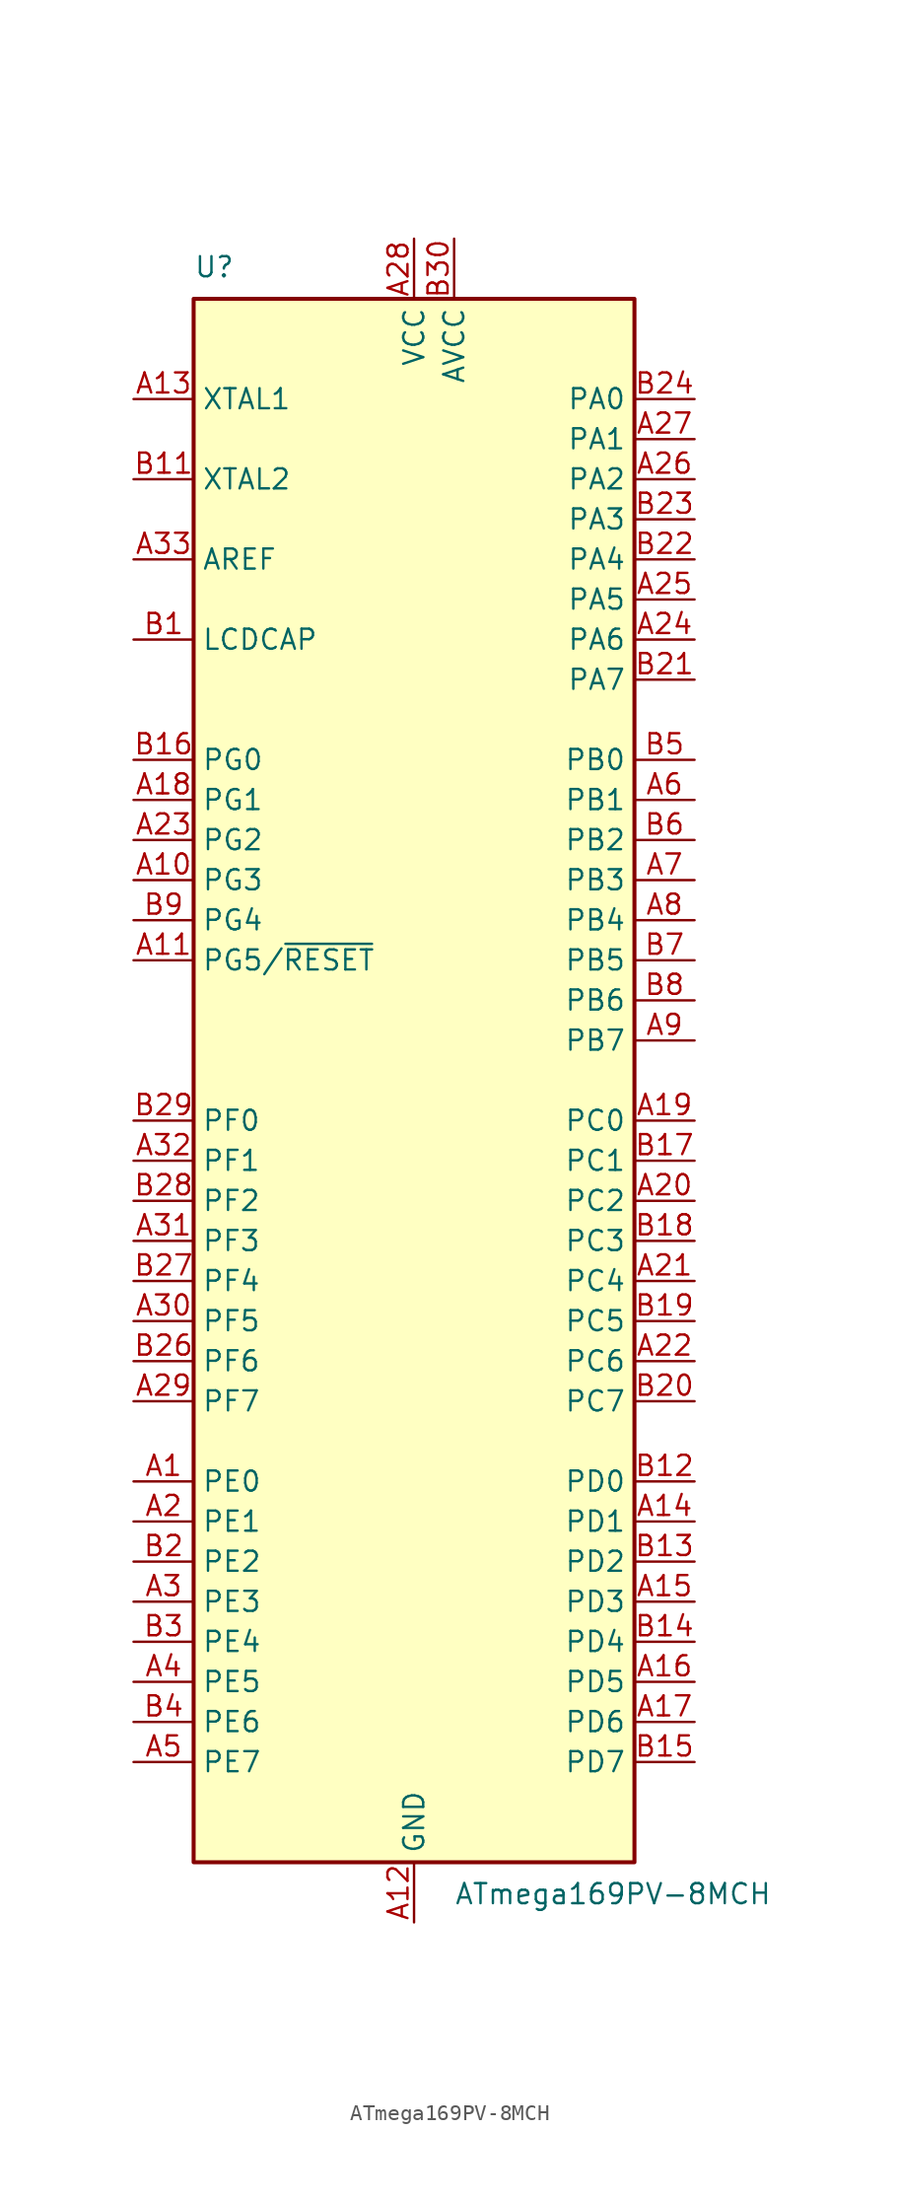
<source format=kicad_sym>
(kicad_symbol_lib
  (version 20201005)
  (generator kicad_symbol_editor)
  (symbol "ATmega169PV-8MCH"
    (property "Reference" "U"
      (at -13.97 50.8 0)
      (effects (font (size 1.27 1.27)) (justify left bottom)))
    (property "Value" "ATmega169PV-8MCH"
      (at 2.54 -50.8 0)
      (effects (font (size 1.27 1.27)) (justify left top)))
    (symbol "ATmega169PV-8MCH_0_1"
      (rectangle (start -13.97 -49.53) (end 13.97 49.53) (stroke (width 0.254)) (fill (type background))))
    (symbol "ATmega169PV-8MCH_1_1"
      (pin tri_state line (at -17.78 -25.4 0) (length 3.81) (name "PE0" (effects (font (size 1.27 1.27)))) (number "A1" (effects (font (size 1.27 1.27)))))
      (pin tri_state line (at -17.78 12.7 0) (length 3.81) (name "PG3" (effects (font (size 1.27 1.27)))) (number "A10" (effects (font (size 1.27 1.27)))))
      (pin tri_state line (at -17.78 7.62 0) (length 3.81) (name "PG5/~RESET" (effects (font (size 1.27 1.27)))) (number "A11" (effects (font (size 1.27 1.27)))))
      (pin power_in line (at 0 -53.34 90) (length 3.81) (name "GND" (effects (font (size 1.27 1.27)))) (number "A12" (effects (font (size 1.27 1.27)))))
      (pin input line (at -17.78 43.18 0) (length 3.81) (name "XTAL1" (effects (font (size 1.27 1.27)))) (number "A13" (effects (font (size 1.27 1.27)))))
      (pin tri_state line (at 17.78 -27.94 180) (length 3.81) (name "PD1" (effects (font (size 1.27 1.27)))) (number "A14" (effects (font (size 1.27 1.27)))))
      (pin tri_state line (at 17.78 -33.02 180) (length 3.81) (name "PD3" (effects (font (size 1.27 1.27)))) (number "A15" (effects (font (size 1.27 1.27)))))
      (pin tri_state line (at 17.78 -38.1 180) (length 3.81) (name "PD5" (effects (font (size 1.27 1.27)))) (number "A16" (effects (font (size 1.27 1.27)))))
      (pin tri_state line (at 17.78 -40.64 180) (length 3.81) (name "PD6" (effects (font (size 1.27 1.27)))) (number "A17" (effects (font (size 1.27 1.27)))))
      (pin tri_state line (at -17.78 17.78 0) (length 3.81) (name "PG1" (effects (font (size 1.27 1.27)))) (number "A18" (effects (font (size 1.27 1.27)))))
      (pin tri_state line (at 17.78 -2.54 180) (length 3.81) (name "PC0" (effects (font (size 1.27 1.27)))) (number "A19" (effects (font (size 1.27 1.27)))))
      (pin tri_state line (at -17.78 -27.94 0) (length 3.81) (name "PE1" (effects (font (size 1.27 1.27)))) (number "A2" (effects (font (size 1.27 1.27)))))
      (pin tri_state line (at 17.78 -7.62 180) (length 3.81) (name "PC2" (effects (font (size 1.27 1.27)))) (number "A20" (effects (font (size 1.27 1.27)))))
      (pin tri_state line (at 17.78 -12.7 180) (length 3.81) (name "PC4" (effects (font (size 1.27 1.27)))) (number "A21" (effects (font (size 1.27 1.27)))))
      (pin tri_state line (at 17.78 -17.78 180) (length 3.81) (name "PC6" (effects (font (size 1.27 1.27)))) (number "A22" (effects (font (size 1.27 1.27)))))
      (pin tri_state line (at -17.78 15.24 0) (length 3.81) (name "PG2" (effects (font (size 1.27 1.27)))) (number "A23" (effects (font (size 1.27 1.27)))))
      (pin tri_state line (at 17.78 27.94 180) (length 3.81) (name "PA6" (effects (font (size 1.27 1.27)))) (number "A24" (effects (font (size 1.27 1.27)))))
      (pin tri_state line (at 17.78 30.48 180) (length 3.81) (name "PA5" (effects (font (size 1.27 1.27)))) (number "A25" (effects (font (size 1.27 1.27)))))
      (pin tri_state line (at 17.78 38.1 180) (length 3.81) (name "PA2" (effects (font (size 1.27 1.27)))) (number "A26" (effects (font (size 1.27 1.27)))))
      (pin tri_state line (at 17.78 40.64 180) (length 3.81) (name "PA1" (effects (font (size 1.27 1.27)))) (number "A27" (effects (font (size 1.27 1.27)))))
      (pin power_in line (at 0 53.34 270) (length 3.81) (name "VCC" (effects (font (size 1.27 1.27)))) (number "A28" (effects (font (size 1.27 1.27)))))
      (pin tri_state line (at -17.78 -20.32 0) (length 3.81) (name "PF7" (effects (font (size 1.27 1.27)))) (number "A29" (effects (font (size 1.27 1.27)))))
      (pin tri_state line (at -17.78 -33.02 0) (length 3.81) (name "PE3" (effects (font (size 1.27 1.27)))) (number "A3" (effects (font (size 1.27 1.27)))))
      (pin tri_state line (at -17.78 -15.24 0) (length 3.81) (name "PF5" (effects (font (size 1.27 1.27)))) (number "A30" (effects (font (size 1.27 1.27)))))
      (pin tri_state line (at -17.78 -10.16 0) (length 3.81) (name "PF3" (effects (font (size 1.27 1.27)))) (number "A31" (effects (font (size 1.27 1.27)))))
      (pin tri_state line (at -17.78 -5.08 0) (length 3.81) (name "PF1" (effects (font (size 1.27 1.27)))) (number "A32" (effects (font (size 1.27 1.27)))))
      (pin passive line (at -17.78 33.02 0) (length 3.81) (name "AREF" (effects (font (size 1.27 1.27)))) (number "A33" (effects (font (size 1.27 1.27)))))
      (pin passive line (at 0 -53.34 90) (length 3.81) hide (name "GND" (effects (font (size 1.27 1.27)))) (number "A34" (effects (font (size 1.27 1.27)))))
      (pin tri_state line (at -17.78 -38.1 0) (length 3.81) (name "PE5" (effects (font (size 1.27 1.27)))) (number "A4" (effects (font (size 1.27 1.27)))))
      (pin tri_state line (at -17.78 -43.18 0) (length 3.81) (name "PE7" (effects (font (size 1.27 1.27)))) (number "A5" (effects (font (size 1.27 1.27)))))
      (pin tri_state line (at 17.78 17.78 180) (length 3.81) (name "PB1" (effects (font (size 1.27 1.27)))) (number "A6" (effects (font (size 1.27 1.27)))))
      (pin tri_state line (at 17.78 12.7 180) (length 3.81) (name "PB3" (effects (font (size 1.27 1.27)))) (number "A7" (effects (font (size 1.27 1.27)))))
      (pin tri_state line (at 17.78 10.16 180) (length 3.81) (name "PB4" (effects (font (size 1.27 1.27)))) (number "A8" (effects (font (size 1.27 1.27)))))
      (pin tri_state line (at 17.78 2.54 180) (length 3.81) (name "PB7" (effects (font (size 1.27 1.27)))) (number "A9" (effects (font (size 1.27 1.27)))))
      (pin passive line (at -17.78 27.94 0) (length 3.81) (name "LCDCAP" (effects (font (size 1.27 1.27)))) (number "B1" (effects (font (size 1.27 1.27)))))
      (pin passive line (at 0 53.34 270) (length 3.81) hide (name "VCC" (effects (font (size 1.27 1.27)))) (number "B10" (effects (font (size 1.27 1.27)))))
      (pin output line (at -17.78 38.1 0) (length 3.81) (name "XTAL2" (effects (font (size 1.27 1.27)))) (number "B11" (effects (font (size 1.27 1.27)))))
      (pin tri_state line (at 17.78 -25.4 180) (length 3.81) (name "PD0" (effects (font (size 1.27 1.27)))) (number "B12" (effects (font (size 1.27 1.27)))))
      (pin tri_state line (at 17.78 -30.48 180) (length 3.81) (name "PD2" (effects (font (size 1.27 1.27)))) (number "B13" (effects (font (size 1.27 1.27)))))
      (pin tri_state line (at 17.78 -35.56 180) (length 3.81) (name "PD4" (effects (font (size 1.27 1.27)))) (number "B14" (effects (font (size 1.27 1.27)))))
      (pin tri_state line (at 17.78 -43.18 180) (length 3.81) (name "PD7" (effects (font (size 1.27 1.27)))) (number "B15" (effects (font (size 1.27 1.27)))))
      (pin tri_state line (at -17.78 20.32 0) (length 3.81) (name "PG0" (effects (font (size 1.27 1.27)))) (number "B16" (effects (font (size 1.27 1.27)))))
      (pin tri_state line (at 17.78 -5.08 180) (length 3.81) (name "PC1" (effects (font (size 1.27 1.27)))) (number "B17" (effects (font (size 1.27 1.27)))))
      (pin tri_state line (at 17.78 -10.16 180) (length 3.81) (name "PC3" (effects (font (size 1.27 1.27)))) (number "B18" (effects (font (size 1.27 1.27)))))
      (pin tri_state line (at 17.78 -15.24 180) (length 3.81) (name "PC5" (effects (font (size 1.27 1.27)))) (number "B19" (effects (font (size 1.27 1.27)))))
      (pin tri_state line (at -17.78 -30.48 0) (length 3.81) (name "PE2" (effects (font (size 1.27 1.27)))) (number "B2" (effects (font (size 1.27 1.27)))))
      (pin tri_state line (at 17.78 -20.32 180) (length 3.81) (name "PC7" (effects (font (size 1.27 1.27)))) (number "B20" (effects (font (size 1.27 1.27)))))
      (pin tri_state line (at 17.78 25.4 180) (length 3.81) (name "PA7" (effects (font (size 1.27 1.27)))) (number "B21" (effects (font (size 1.27 1.27)))))
      (pin tri_state line (at 17.78 33.02 180) (length 3.81) (name "PA4" (effects (font (size 1.27 1.27)))) (number "B22" (effects (font (size 1.27 1.27)))))
      (pin tri_state line (at 17.78 35.56 180) (length 3.81) (name "PA3" (effects (font (size 1.27 1.27)))) (number "B23" (effects (font (size 1.27 1.27)))))
      (pin tri_state line (at 17.78 43.18 180) (length 3.81) (name "PA0" (effects (font (size 1.27 1.27)))) (number "B24" (effects (font (size 1.27 1.27)))))
      (pin passive line (at 0 -53.34 90) (length 3.81) hide (name "GND" (effects (font (size 1.27 1.27)))) (number "B25" (effects (font (size 1.27 1.27)))))
      (pin tri_state line (at -17.78 -17.78 0) (length 3.81) (name "PF6" (effects (font (size 1.27 1.27)))) (number "B26" (effects (font (size 1.27 1.27)))))
      (pin tri_state line (at -17.78 -12.7 0) (length 3.81) (name "PF4" (effects (font (size 1.27 1.27)))) (number "B27" (effects (font (size 1.27 1.27)))))
      (pin tri_state line (at -17.78 -7.62 0) (length 3.81) (name "PF2" (effects (font (size 1.27 1.27)))) (number "B28" (effects (font (size 1.27 1.27)))))
      (pin tri_state line (at -17.78 -2.54 0) (length 3.81) (name "PF0" (effects (font (size 1.27 1.27)))) (number "B29" (effects (font (size 1.27 1.27)))))
      (pin tri_state line (at -17.78 -35.56 0) (length 3.81) (name "PE4" (effects (font (size 1.27 1.27)))) (number "B3" (effects (font (size 1.27 1.27)))))
      (pin power_in line (at 2.54 53.34 270) (length 3.81) (name "AVCC" (effects (font (size 1.27 1.27)))) (number "B30" (effects (font (size 1.27 1.27)))))
      (pin tri_state line (at -17.78 -40.64 0) (length 3.81) (name "PE6" (effects (font (size 1.27 1.27)))) (number "B4" (effects (font (size 1.27 1.27)))))
      (pin tri_state line (at 17.78 20.32 180) (length 3.81) (name "PB0" (effects (font (size 1.27 1.27)))) (number "B5" (effects (font (size 1.27 1.27)))))
      (pin tri_state line (at 17.78 15.24 180) (length 3.81) (name "PB2" (effects (font (size 1.27 1.27)))) (number "B6" (effects (font (size 1.27 1.27)))))
      (pin tri_state line (at 17.78 7.62 180) (length 3.81) (name "PB5" (effects (font (size 1.27 1.27)))) (number "B7" (effects (font (size 1.27 1.27)))))
      (pin tri_state line (at 17.78 5.08 180) (length 3.81) (name "PB6" (effects (font (size 1.27 1.27)))) (number "B8" (effects (font (size 1.27 1.27)))))
      (pin tri_state line (at -17.78 10.16 0) (length 3.81) (name "PG4" (effects (font (size 1.27 1.27)))) (number "B9" (effects (font (size 1.27 1.27)))))
      (pin passive line (at 0 -53.34 90) (length 3.81) hide (name "GND" (effects (font (size 1.27 1.27)))) (number "EP" (effects (font (size 1.27 1.27))))))))
</source>
